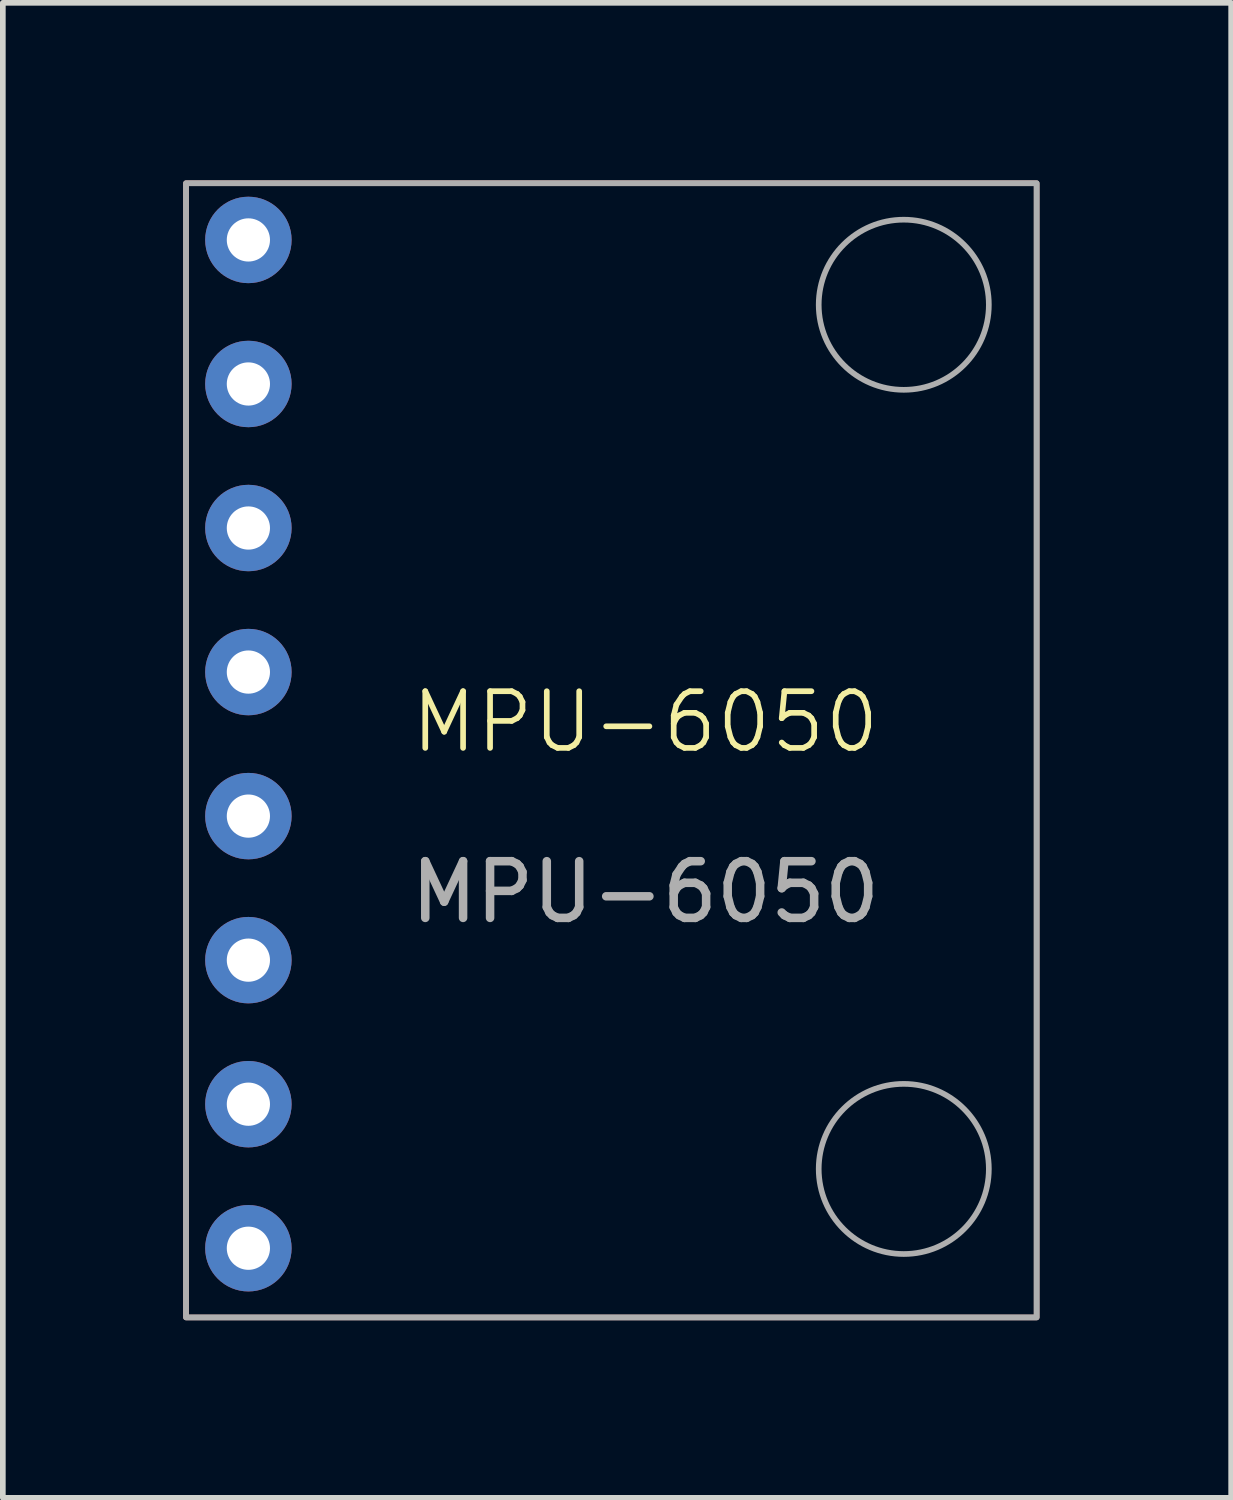
<source format=kicad_pcb>
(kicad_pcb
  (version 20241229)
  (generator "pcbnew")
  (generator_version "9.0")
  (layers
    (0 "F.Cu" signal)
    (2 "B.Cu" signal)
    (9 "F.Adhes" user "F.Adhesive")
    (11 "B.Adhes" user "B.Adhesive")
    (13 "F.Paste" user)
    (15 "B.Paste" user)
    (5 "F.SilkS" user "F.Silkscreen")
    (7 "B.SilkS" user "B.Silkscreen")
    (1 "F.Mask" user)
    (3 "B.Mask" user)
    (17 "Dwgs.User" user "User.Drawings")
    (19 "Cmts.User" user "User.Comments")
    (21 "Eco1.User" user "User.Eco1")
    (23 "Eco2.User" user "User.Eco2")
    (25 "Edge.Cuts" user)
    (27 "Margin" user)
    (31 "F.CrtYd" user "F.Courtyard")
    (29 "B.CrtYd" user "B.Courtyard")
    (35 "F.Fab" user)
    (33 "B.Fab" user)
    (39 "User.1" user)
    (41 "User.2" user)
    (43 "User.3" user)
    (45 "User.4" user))
  (footprint "MPU-6050"
    (layer "F.Cu")
    (at 8.33 10.181)
    (property "Reference" "MPU-6050" (at 0 -0.5 0) (unlocked yes) (layer "F.SilkS") (effects (font (size 1 1) (thickness 0.1))))
    (attr through_hole)
    (fp_rect (start -8.1 -10) (end 6.9 10) (stroke (width 0.1) (type default)) (fill no) (layer "B.SilkS"))
    (fp_rect (start -8.28 -10.131) (end 7.28 10.131) (stroke (width 0.1) (type default)) (fill no) (layer "Margin"))
    (fp_rect (start -8.1 -10) (end 6.9 10) (stroke (width 0.1) (type default)) (fill no) (layer "F.Fab"))
    (fp_circle (center 4.557 -7.857) (end 6.057 -7.857) (stroke (width 0.1) (type solid)) (fill no) (layer "F.Fab"))
    (fp_circle (center 4.557 7.382) (end 6.057 7.382) (stroke (width 0.1) (type solid)) (fill no) (layer "F.Fab"))
    (fp_text user "${REFERENCE}" (at 0 2.5 0) (unlocked yes) (layer "F.Fab") (effects (font (size 1 1) (thickness 0.15))))
    (pad "1" thru_hole circle (at -7 -9) (size 1.524 1.524) (drill 0.762) (layers "*.Cu" "*.Mask"))
    (pad "2" thru_hole circle (at -7 -6.46) (size 1.524 1.524) (drill 0.762) (layers "*.Cu" "*.Mask"))
    (pad "3" thru_hole circle (at -7 -3.92) (size 1.524 1.524) (drill 0.762) (layers "*.Cu" "*.Mask"))
    (pad "4" thru_hole circle (at -7 -1.38) (size 1.524 1.524) (drill 0.762) (layers "*.Cu" "*.Mask"))
    (pad "5" thru_hole circle (at -7 1.16) (size 1.524 1.524) (drill 0.762) (layers "*.Cu" "*.Mask"))
    (pad "6" thru_hole circle (at -7 3.7) (size 1.524 1.524) (drill 0.762) (layers "*.Cu" "*.Mask"))
    (pad "7" thru_hole circle (at -7 6.24) (size 1.524 1.524) (drill 0.762) (layers "*.Cu" "*.Mask"))
    (pad "8" thru_hole circle (at -7 8.78) (size 1.524 1.524) (drill 0.762) (layers "*.Cu" "*.Mask")))
  (gr_rect
    (start -3 -3)
    (end 18.66 23.362)
    (stroke (width 0.1) (type default))
    (fill no)
    (layer "Edge.Cuts")))
</source>
